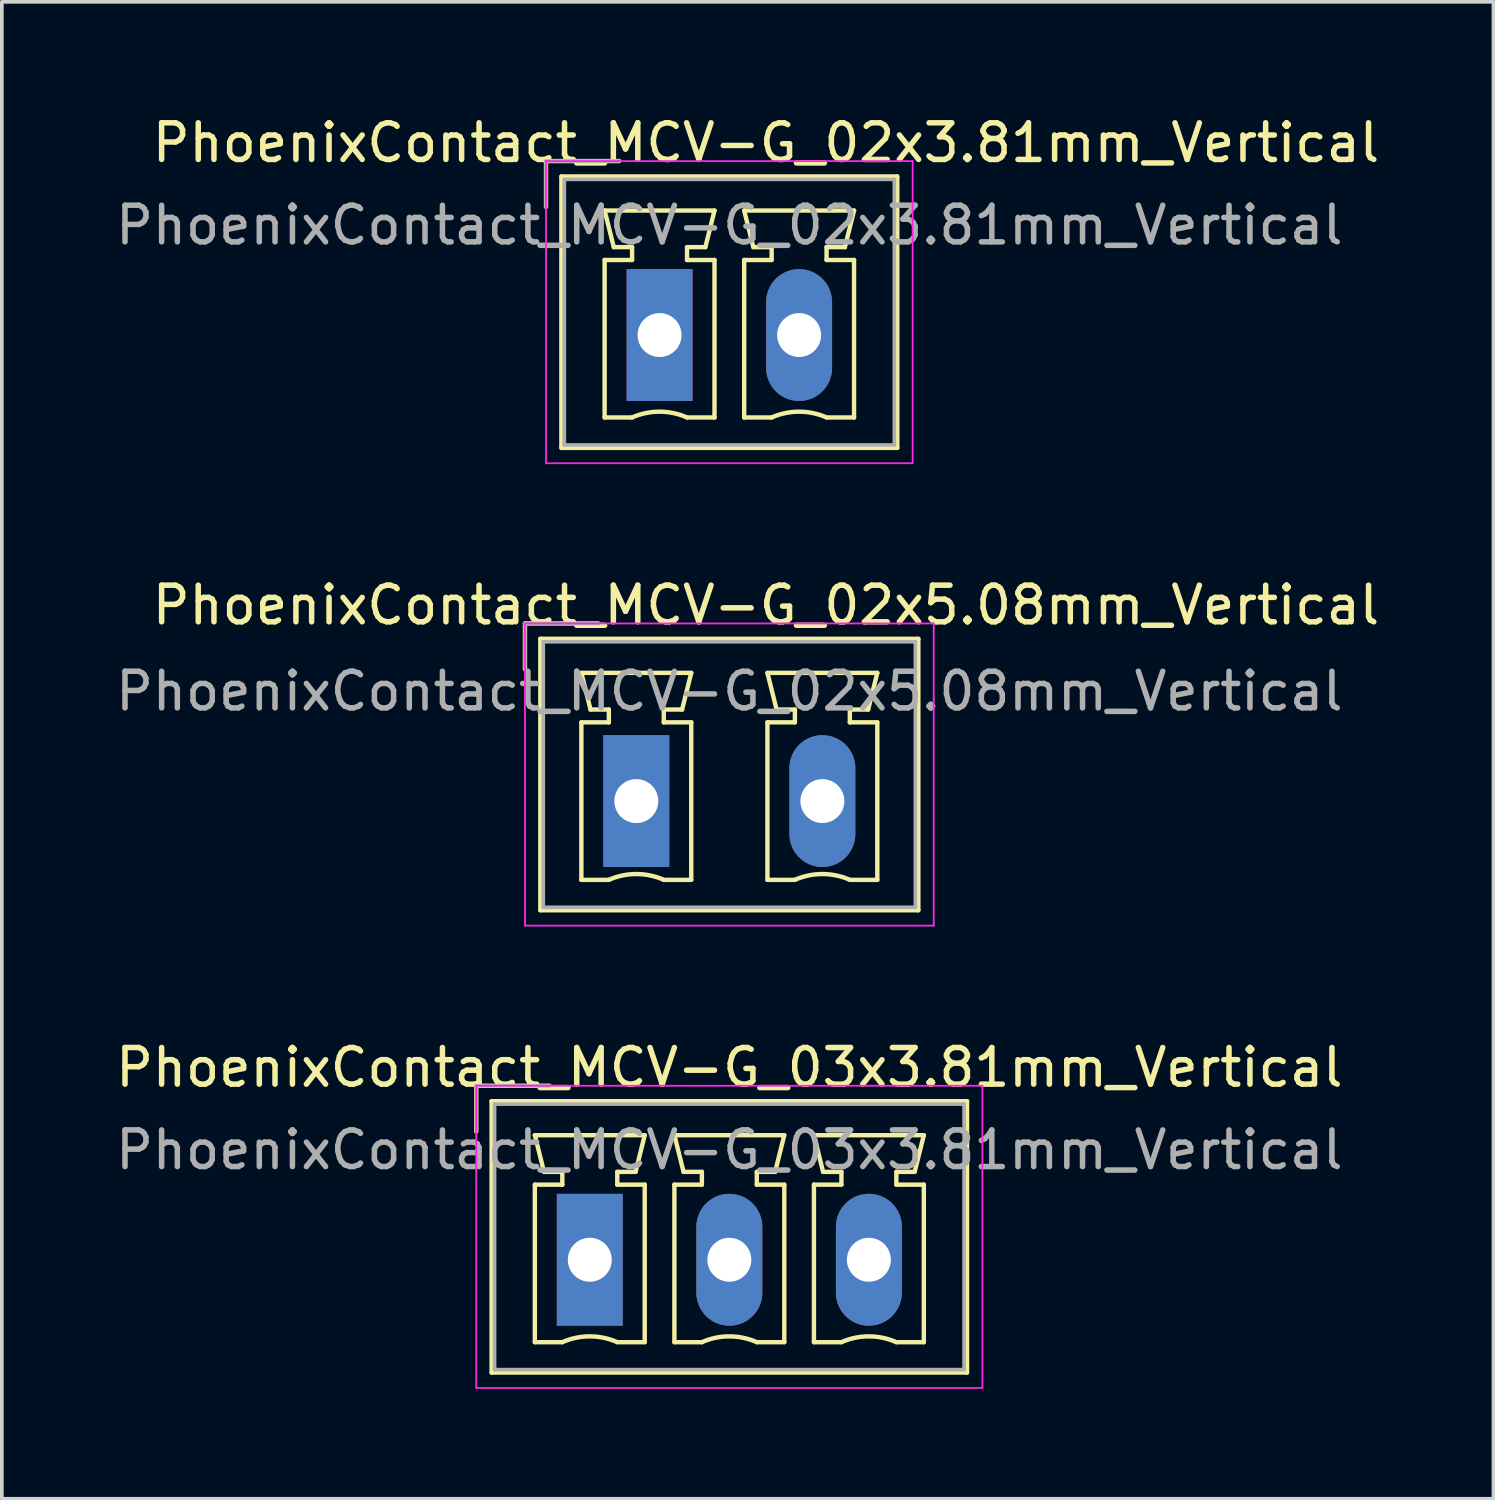
<source format=kicad_pcb>
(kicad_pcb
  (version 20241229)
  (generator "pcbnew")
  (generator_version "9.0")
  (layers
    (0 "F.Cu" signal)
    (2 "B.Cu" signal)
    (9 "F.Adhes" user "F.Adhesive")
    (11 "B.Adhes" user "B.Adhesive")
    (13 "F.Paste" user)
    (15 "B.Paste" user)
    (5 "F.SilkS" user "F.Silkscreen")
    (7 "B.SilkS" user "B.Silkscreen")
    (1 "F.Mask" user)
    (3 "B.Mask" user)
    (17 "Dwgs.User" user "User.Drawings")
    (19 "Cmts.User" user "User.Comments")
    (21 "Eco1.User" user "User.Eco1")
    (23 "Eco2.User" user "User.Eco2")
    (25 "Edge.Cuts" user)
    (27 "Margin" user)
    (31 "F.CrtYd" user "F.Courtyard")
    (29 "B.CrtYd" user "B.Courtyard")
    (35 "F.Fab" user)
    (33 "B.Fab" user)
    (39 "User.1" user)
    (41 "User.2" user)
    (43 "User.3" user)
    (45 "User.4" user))
  (footprint "PhoenixContact_MCV-G_02x5.08mm_Vertical"
    (layer "F.Cu")
    (at 14.323 18.822)
    (property "Reference" "PhoenixContact_MCV-G_02x5.08mm_Vertical" (at 3.54 -5.35 0) (layer "F.SilkS") (effects (font (size 1 1) (thickness 0.15))))
    (attr through_hole)
    (fp_line (start -3.04 -4.85) (end -1.04 -4.85) (stroke (width 0.12) (type solid)) (layer "F.SilkS"))
    (fp_line (start -3.04 -3.6) (end -3.04 -4.85) (stroke (width 0.12) (type solid)) (layer "F.SilkS"))
    (fp_line (start -2.62 -4.43) (end -2.62 2.98) (stroke (width 0.12) (type solid)) (layer "F.SilkS"))
    (fp_line (start -2.62 2.98) (end 7.7 2.98) (stroke (width 0.12) (type solid)) (layer "F.SilkS"))
    (fp_line (start -1.5 -3.5) (end 1.5 -3.5) (stroke (width 0.12) (type solid)) (layer "F.SilkS"))
    (fp_line (start -1.5 -2.15) (end -0.75 -2.15) (stroke (width 0.12) (type solid)) (layer "F.SilkS"))
    (fp_line (start -1.5 2.15) (end -1.5 -2.15) (stroke (width 0.12) (type solid)) (layer "F.SilkS"))
    (fp_line (start -1.25 -2.5) (end -1.5 -3.5) (stroke (width 0.12) (type solid)) (layer "F.SilkS"))
    (fp_line (start -0.75 -2.5) (end -1.25 -2.5) (stroke (width 0.12) (type solid)) (layer "F.SilkS"))
    (fp_line (start -0.75 -2.15) (end -0.75 -2.5) (stroke (width 0.12) (type solid)) (layer "F.SilkS"))
    (fp_line (start -0.75 2.15) (end -1.5 2.15) (stroke (width 0.12) (type solid)) (layer "F.SilkS"))
    (fp_line (start 0.75 -2.5) (end 0.75 -2.15) (stroke (width 0.12) (type solid)) (layer "F.SilkS"))
    (fp_line (start 0.75 -2.15) (end 1.5 -2.15) (stroke (width 0.12) (type solid)) (layer "F.SilkS"))
    (fp_line (start 1.25 -2.5) (end 0.75 -2.5) (stroke (width 0.12) (type solid)) (layer "F.SilkS"))
    (fp_line (start 1.5 -3.5) (end 1.25 -2.5) (stroke (width 0.12) (type solid)) (layer "F.SilkS"))
    (fp_line (start 1.5 -2.15) (end 1.5 2.15) (stroke (width 0.12) (type solid)) (layer "F.SilkS"))
    (fp_line (start 1.5 2.15) (end 0.75 2.15) (stroke (width 0.12) (type solid)) (layer "F.SilkS"))
    (fp_line (start 3.58 -3.5) (end 6.58 -3.5) (stroke (width 0.12) (type solid)) (layer "F.SilkS"))
    (fp_line (start 3.58 -2.15) (end 4.33 -2.15) (stroke (width 0.12) (type solid)) (layer "F.SilkS"))
    (fp_line (start 3.58 2.15) (end 3.58 -2.15) (stroke (width 0.12) (type solid)) (layer "F.SilkS"))
    (fp_line (start 3.83 -2.5) (end 3.58 -3.5) (stroke (width 0.12) (type solid)) (layer "F.SilkS"))
    (fp_line (start 4.33 -2.5) (end 3.83 -2.5) (stroke (width 0.12) (type solid)) (layer "F.SilkS"))
    (fp_line (start 4.33 -2.15) (end 4.33 -2.5) (stroke (width 0.12) (type solid)) (layer "F.SilkS"))
    (fp_line (start 4.33 2.15) (end 3.58 2.15) (stroke (width 0.12) (type solid)) (layer "F.SilkS"))
    (fp_line (start 5.83 -2.5) (end 5.83 -2.15) (stroke (width 0.12) (type solid)) (layer "F.SilkS"))
    (fp_line (start 5.83 -2.15) (end 6.58 -2.15) (stroke (width 0.12) (type solid)) (layer "F.SilkS"))
    (fp_line (start 6.33 -2.5) (end 5.83 -2.5) (stroke (width 0.12) (type solid)) (layer "F.SilkS"))
    (fp_line (start 6.58 -3.5) (end 6.33 -2.5) (stroke (width 0.12) (type solid)) (layer "F.SilkS"))
    (fp_line (start 6.58 -2.15) (end 6.58 2.15) (stroke (width 0.12) (type solid)) (layer "F.SilkS"))
    (fp_line (start 6.58 2.15) (end 5.83 2.15) (stroke (width 0.12) (type solid)) (layer "F.SilkS"))
    (fp_line (start 7.7 -4.43) (end -2.62 -4.43) (stroke (width 0.12) (type solid)) (layer "F.SilkS"))
    (fp_line (start 7.7 2.98) (end 7.7 -4.43) (stroke (width 0.12) (type solid)) (layer "F.SilkS"))
    (fp_arc (start -0.75 2.15) (mid -0.000193 1.99191) (end 0.749647 2.149844) (stroke (width 0.12) (type solid)) (layer "F.SilkS"))
    (fp_arc (start 4.33 2.15) (mid 5.079807 1.99191) (end 5.829647 2.149844) (stroke (width 0.12) (type solid)) (layer "F.SilkS"))
    (fp_line (start -3.04 -4.85) (end -3.04 3.4) (stroke (width 0.05) (type solid)) (layer "F.CrtYd"))
    (fp_line (start -3.04 3.4) (end 8.12 3.4) (stroke (width 0.05) (type solid)) (layer "F.CrtYd"))
    (fp_line (start 8.12 -4.85) (end -3.04 -4.85) (stroke (width 0.05) (type solid)) (layer "F.CrtYd"))
    (fp_line (start 8.12 3.4) (end 8.12 -4.85) (stroke (width 0.05) (type solid)) (layer "F.CrtYd"))
    (fp_line (start -3.04 -4.85) (end -1.04 -4.85) (stroke (width 0.1) (type solid)) (layer "F.Fab"))
    (fp_line (start -3.04 -3.6) (end -3.04 -4.85) (stroke (width 0.1) (type solid)) (layer "F.Fab"))
    (fp_line (start -2.54 -4.35) (end -2.54 2.9) (stroke (width 0.1) (type solid)) (layer "F.Fab"))
    (fp_line (start -2.54 2.9) (end 7.62 2.9) (stroke (width 0.1) (type solid)) (layer "F.Fab"))
    (fp_line (start 7.62 -4.35) (end -2.54 -4.35) (stroke (width 0.1) (type solid)) (layer "F.Fab"))
    (fp_line (start 7.62 2.9) (end 7.62 -4.35) (stroke (width 0.1) (type solid)) (layer "F.Fab"))
    (fp_text user "${REFERENCE}" (at 2.54 -3 0) (layer "F.Fab") (effects (font (size 1 1) (thickness 0.15))))
    (pad "1" thru_hole rect (at 0 0) (size 1.8 3.6) (drill 1.2) (layers "*.Cu" "*.Mask"))
    (pad "2" thru_hole oval (at 5.08 0) (size 1.8 3.6) (drill 1.2) (layers "*.Cu" "*.Mask")))
  (footprint "PhoenixContact_MCV-G_03x3.81mm_Vertical"
    (layer "F.Cu")
    (at 13.053 31.345)
    (property "Reference" "PhoenixContact_MCV-G_03x3.81mm_Vertical" (at 3.81 -5.25 0) (layer "F.SilkS") (effects (font (size 1 1) (thickness 0.15))))
    (attr through_hole)
    (fp_line (start -3.1 -4.75) (end -1.1 -4.75) (stroke (width 0.12) (type solid)) (layer "F.SilkS"))
    (fp_line (start -3.1 -3.5) (end -3.1 -4.75) (stroke (width 0.12) (type solid)) (layer "F.SilkS"))
    (fp_line (start -2.68 -4.33) (end -2.68 3.08) (stroke (width 0.12) (type solid)) (layer "F.SilkS"))
    (fp_line (start -2.68 3.08) (end 10.3 3.08) (stroke (width 0.12) (type solid)) (layer "F.SilkS"))
    (fp_line (start -1.5 -3.4) (end 1.5 -3.4) (stroke (width 0.12) (type solid)) (layer "F.SilkS"))
    (fp_line (start -1.5 -2.05) (end -0.75 -2.05) (stroke (width 0.12) (type solid)) (layer "F.SilkS"))
    (fp_line (start -1.5 2.25) (end -1.5 -2.05) (stroke (width 0.12) (type solid)) (layer "F.SilkS"))
    (fp_line (start -1.25 -2.4) (end -1.5 -3.4) (stroke (width 0.12) (type solid)) (layer "F.SilkS"))
    (fp_line (start -0.75 -2.4) (end -1.25 -2.4) (stroke (width 0.12) (type solid)) (layer "F.SilkS"))
    (fp_line (start -0.75 -2.05) (end -0.75 -2.4) (stroke (width 0.12) (type solid)) (layer "F.SilkS"))
    (fp_line (start -0.75 2.25) (end -1.5 2.25) (stroke (width 0.12) (type solid)) (layer "F.SilkS"))
    (fp_line (start 0.75 -2.4) (end 0.75 -2.05) (stroke (width 0.12) (type solid)) (layer "F.SilkS"))
    (fp_line (start 0.75 -2.05) (end 1.5 -2.05) (stroke (width 0.12) (type solid)) (layer "F.SilkS"))
    (fp_line (start 1.25 -2.4) (end 0.75 -2.4) (stroke (width 0.12) (type solid)) (layer "F.SilkS"))
    (fp_line (start 1.5 -3.4) (end 1.25 -2.4) (stroke (width 0.12) (type solid)) (layer "F.SilkS"))
    (fp_line (start 1.5 -2.05) (end 1.5 2.25) (stroke (width 0.12) (type solid)) (layer "F.SilkS"))
    (fp_line (start 1.5 2.25) (end 0.75 2.25) (stroke (width 0.12) (type solid)) (layer "F.SilkS"))
    (fp_line (start 2.31 -3.4) (end 5.31 -3.4) (stroke (width 0.12) (type solid)) (layer "F.SilkS"))
    (fp_line (start 2.31 -2.05) (end 3.06 -2.05) (stroke (width 0.12) (type solid)) (layer "F.SilkS"))
    (fp_line (start 2.31 2.25) (end 2.31 -2.05) (stroke (width 0.12) (type solid)) (layer "F.SilkS"))
    (fp_line (start 2.56 -2.4) (end 2.31 -3.4) (stroke (width 0.12) (type solid)) (layer "F.SilkS"))
    (fp_line (start 3.06 -2.4) (end 2.56 -2.4) (stroke (width 0.12) (type solid)) (layer "F.SilkS"))
    (fp_line (start 3.06 -2.05) (end 3.06 -2.4) (stroke (width 0.12) (type solid)) (layer "F.SilkS"))
    (fp_line (start 3.06 2.25) (end 2.31 2.25) (stroke (width 0.12) (type solid)) (layer "F.SilkS"))
    (fp_line (start 4.56 -2.4) (end 4.56 -2.05) (stroke (width 0.12) (type solid)) (layer "F.SilkS"))
    (fp_line (start 4.56 -2.05) (end 5.31 -2.05) (stroke (width 0.12) (type solid)) (layer "F.SilkS"))
    (fp_line (start 5.06 -2.4) (end 4.56 -2.4) (stroke (width 0.12) (type solid)) (layer "F.SilkS"))
    (fp_line (start 5.31 -3.4) (end 5.06 -2.4) (stroke (width 0.12) (type solid)) (layer "F.SilkS"))
    (fp_line (start 5.31 -2.05) (end 5.31 2.25) (stroke (width 0.12) (type solid)) (layer "F.SilkS"))
    (fp_line (start 5.31 2.25) (end 4.56 2.25) (stroke (width 0.12) (type solid)) (layer "F.SilkS"))
    (fp_line (start 6.12 -3.4) (end 9.12 -3.4) (stroke (width 0.12) (type solid)) (layer "F.SilkS"))
    (fp_line (start 6.12 -2.05) (end 6.87 -2.05) (stroke (width 0.12) (type solid)) (layer "F.SilkS"))
    (fp_line (start 6.12 2.25) (end 6.12 -2.05) (stroke (width 0.12) (type solid)) (layer "F.SilkS"))
    (fp_line (start 6.37 -2.4) (end 6.12 -3.4) (stroke (width 0.12) (type solid)) (layer "F.SilkS"))
    (fp_line (start 6.87 -2.4) (end 6.37 -2.4) (stroke (width 0.12) (type solid)) (layer "F.SilkS"))
    (fp_line (start 6.87 -2.05) (end 6.87 -2.4) (stroke (width 0.12) (type solid)) (layer "F.SilkS"))
    (fp_line (start 6.87 2.25) (end 6.12 2.25) (stroke (width 0.12) (type solid)) (layer "F.SilkS"))
    (fp_line (start 8.37 -2.4) (end 8.37 -2.05) (stroke (width 0.12) (type solid)) (layer "F.SilkS"))
    (fp_line (start 8.37 -2.05) (end 9.12 -2.05) (stroke (width 0.12) (type solid)) (layer "F.SilkS"))
    (fp_line (start 8.87 -2.4) (end 8.37 -2.4) (stroke (width 0.12) (type solid)) (layer "F.SilkS"))
    (fp_line (start 9.12 -3.4) (end 8.87 -2.4) (stroke (width 0.12) (type solid)) (layer "F.SilkS"))
    (fp_line (start 9.12 -2.05) (end 9.12 2.25) (stroke (width 0.12) (type solid)) (layer "F.SilkS"))
    (fp_line (start 9.12 2.25) (end 8.37 2.25) (stroke (width 0.12) (type solid)) (layer "F.SilkS"))
    (fp_line (start 10.3 -4.33) (end -2.68 -4.33) (stroke (width 0.12) (type solid)) (layer "F.SilkS"))
    (fp_line (start 10.3 3.08) (end 10.3 -4.33) (stroke (width 0.12) (type solid)) (layer "F.SilkS"))
    (fp_arc (start -0.75 2.25) (mid -0.000193 2.09191) (end 0.749647 2.249844) (stroke (width 0.12) (type solid)) (layer "F.SilkS"))
    (fp_arc (start 3.06 2.25) (mid 3.809807 2.09191) (end 4.559647 2.249844) (stroke (width 0.12) (type solid)) (layer "F.SilkS"))
    (fp_arc (start 6.87 2.25) (mid 7.619807 2.09191) (end 8.369647 2.249844) (stroke (width 0.12) (type solid)) (layer "F.SilkS"))
    (fp_line (start -3.1 -4.75) (end -3.1 3.5) (stroke (width 0.05) (type solid)) (layer "F.CrtYd"))
    (fp_line (start -3.1 3.5) (end 10.72 3.5) (stroke (width 0.05) (type solid)) (layer "F.CrtYd"))
    (fp_line (start 10.72 -4.75) (end -3.1 -4.75) (stroke (width 0.05) (type solid)) (layer "F.CrtYd"))
    (fp_line (start 10.72 3.5) (end 10.72 -4.75) (stroke (width 0.05) (type solid)) (layer "F.CrtYd"))
    (fp_line (start -3.1 -4.75) (end -1.1 -4.75) (stroke (width 0.1) (type solid)) (layer "F.Fab"))
    (fp_line (start -3.1 -3.5) (end -3.1 -4.75) (stroke (width 0.1) (type solid)) (layer "F.Fab"))
    (fp_line (start -2.6 -4.25) (end -2.6 3) (stroke (width 0.1) (type solid)) (layer "F.Fab"))
    (fp_line (start -2.6 3) (end 10.22 3) (stroke (width 0.1) (type solid)) (layer "F.Fab"))
    (fp_line (start 10.22 -4.25) (end -2.6 -4.25) (stroke (width 0.1) (type solid)) (layer "F.Fab"))
    (fp_line (start 10.22 3) (end 10.22 -4.25) (stroke (width 0.1) (type solid)) (layer "F.Fab"))
    (fp_text user "${REFERENCE}" (at 3.81 -3 0) (layer "F.Fab") (effects (font (size 1 1) (thickness 0.15))))
    (pad "1" thru_hole rect (at 0 0) (size 1.8 3.6) (drill 1.2) (layers "*.Cu" "*.Mask"))
    (pad "2" thru_hole oval (at 3.81 0) (size 1.8 3.6) (drill 1.2) (layers "*.Cu" "*.Mask"))
    (pad "3" thru_hole oval (at 7.62 0) (size 1.8 3.6) (drill 1.2) (layers "*.Cu" "*.Mask")))
  (footprint "PhoenixContact_MCV-G_02x3.81mm_Vertical"
    (layer "F.Cu")
    (at 14.958 6.098)
    (property "Reference" "PhoenixContact_MCV-G_02x3.81mm_Vertical" (at 2.905 -5.25 0) (layer "F.SilkS") (effects (font (size 1 1) (thickness 0.15))))
    (attr through_hole)
    (fp_line (start -3.1 -4.75) (end -1.1 -4.75) (stroke (width 0.12) (type solid)) (layer "F.SilkS"))
    (fp_line (start -3.1 -3.5) (end -3.1 -4.75) (stroke (width 0.12) (type solid)) (layer "F.SilkS"))
    (fp_line (start -2.68 -4.33) (end -2.68 3.08) (stroke (width 0.12) (type solid)) (layer "F.SilkS"))
    (fp_line (start -2.68 3.08) (end 6.49 3.08) (stroke (width 0.12) (type solid)) (layer "F.SilkS"))
    (fp_line (start -1.5 -3.4) (end 1.5 -3.4) (stroke (width 0.12) (type solid)) (layer "F.SilkS"))
    (fp_line (start -1.5 -2.05) (end -0.75 -2.05) (stroke (width 0.12) (type solid)) (layer "F.SilkS"))
    (fp_line (start -1.5 2.25) (end -1.5 -2.05) (stroke (width 0.12) (type solid)) (layer "F.SilkS"))
    (fp_line (start -1.25 -2.4) (end -1.5 -3.4) (stroke (width 0.12) (type solid)) (layer "F.SilkS"))
    (fp_line (start -0.75 -2.4) (end -1.25 -2.4) (stroke (width 0.12) (type solid)) (layer "F.SilkS"))
    (fp_line (start -0.75 -2.05) (end -0.75 -2.4) (stroke (width 0.12) (type solid)) (layer "F.SilkS"))
    (fp_line (start -0.75 2.25) (end -1.5 2.25) (stroke (width 0.12) (type solid)) (layer "F.SilkS"))
    (fp_line (start 0.75 -2.4) (end 0.75 -2.05) (stroke (width 0.12) (type solid)) (layer "F.SilkS"))
    (fp_line (start 0.75 -2.05) (end 1.5 -2.05) (stroke (width 0.12) (type solid)) (layer "F.SilkS"))
    (fp_line (start 1.25 -2.4) (end 0.75 -2.4) (stroke (width 0.12) (type solid)) (layer "F.SilkS"))
    (fp_line (start 1.5 -3.4) (end 1.25 -2.4) (stroke (width 0.12) (type solid)) (layer "F.SilkS"))
    (fp_line (start 1.5 -2.05) (end 1.5 2.25) (stroke (width 0.12) (type solid)) (layer "F.SilkS"))
    (fp_line (start 1.5 2.25) (end 0.75 2.25) (stroke (width 0.12) (type solid)) (layer "F.SilkS"))
    (fp_line (start 2.31 -3.4) (end 5.31 -3.4) (stroke (width 0.12) (type solid)) (layer "F.SilkS"))
    (fp_line (start 2.31 -2.05) (end 3.06 -2.05) (stroke (width 0.12) (type solid)) (layer "F.SilkS"))
    (fp_line (start 2.31 2.25) (end 2.31 -2.05) (stroke (width 0.12) (type solid)) (layer "F.SilkS"))
    (fp_line (start 2.56 -2.4) (end 2.31 -3.4) (stroke (width 0.12) (type solid)) (layer "F.SilkS"))
    (fp_line (start 3.06 -2.4) (end 2.56 -2.4) (stroke (width 0.12) (type solid)) (layer "F.SilkS"))
    (fp_line (start 3.06 -2.05) (end 3.06 -2.4) (stroke (width 0.12) (type solid)) (layer "F.SilkS"))
    (fp_line (start 3.06 2.25) (end 2.31 2.25) (stroke (width 0.12) (type solid)) (layer "F.SilkS"))
    (fp_line (start 4.56 -2.4) (end 4.56 -2.05) (stroke (width 0.12) (type solid)) (layer "F.SilkS"))
    (fp_line (start 4.56 -2.05) (end 5.31 -2.05) (stroke (width 0.12) (type solid)) (layer "F.SilkS"))
    (fp_line (start 5.06 -2.4) (end 4.56 -2.4) (stroke (width 0.12) (type solid)) (layer "F.SilkS"))
    (fp_line (start 5.31 -3.4) (end 5.06 -2.4) (stroke (width 0.12) (type solid)) (layer "F.SilkS"))
    (fp_line (start 5.31 -2.05) (end 5.31 2.25) (stroke (width 0.12) (type solid)) (layer "F.SilkS"))
    (fp_line (start 5.31 2.25) (end 4.56 2.25) (stroke (width 0.12) (type solid)) (layer "F.SilkS"))
    (fp_line (start 6.49 -4.33) (end -2.68 -4.33) (stroke (width 0.12) (type solid)) (layer "F.SilkS"))
    (fp_line (start 6.49 3.08) (end 6.49 -4.33) (stroke (width 0.12) (type solid)) (layer "F.SilkS"))
    (fp_arc (start -0.75 2.25) (mid -0.000193 2.09191) (end 0.749647 2.249844) (stroke (width 0.12) (type solid)) (layer "F.SilkS"))
    (fp_arc (start 3.06 2.25) (mid 3.809807 2.09191) (end 4.559647 2.249844) (stroke (width 0.12) (type solid)) (layer "F.SilkS"))
    (fp_line (start -3.1 -4.75) (end -3.1 3.5) (stroke (width 0.05) (type solid)) (layer "F.CrtYd"))
    (fp_line (start -3.1 3.5) (end 6.91 3.5) (stroke (width 0.05) (type solid)) (layer "F.CrtYd"))
    (fp_line (start 6.91 -4.75) (end -3.1 -4.75) (stroke (width 0.05) (type solid)) (layer "F.CrtYd"))
    (fp_line (start 6.91 3.5) (end 6.91 -4.75) (stroke (width 0.05) (type solid)) (layer "F.CrtYd"))
    (fp_line (start -3.1 -4.75) (end -1.1 -4.75) (stroke (width 0.1) (type solid)) (layer "F.Fab"))
    (fp_line (start -3.1 -3.5) (end -3.1 -4.75) (stroke (width 0.1) (type solid)) (layer "F.Fab"))
    (fp_line (start -2.6 -4.25) (end -2.6 3) (stroke (width 0.1) (type solid)) (layer "F.Fab"))
    (fp_line (start -2.6 3) (end 6.41 3) (stroke (width 0.1) (type solid)) (layer "F.Fab"))
    (fp_line (start 6.41 -4.25) (end -2.6 -4.25) (stroke (width 0.1) (type solid)) (layer "F.Fab"))
    (fp_line (start 6.41 3) (end 6.41 -4.25) (stroke (width 0.1) (type solid)) (layer "F.Fab"))
    (fp_text user "${REFERENCE}" (at 1.905 -3 0) (layer "F.Fab") (effects (font (size 1 1) (thickness 0.15))))
    (pad "1" thru_hole rect (at 0 0) (size 1.8 3.6) (drill 1.2) (layers "*.Cu" "*.Mask"))
    (pad "2" thru_hole oval (at 3.81 0) (size 1.8 3.6) (drill 1.2) (layers "*.Cu" "*.Mask")))
  (gr_rect
    (start -3 -3)
    (end 37.726 37.87)
    (stroke (width 0.1) (type default))
    (fill no)
    (layer "Edge.Cuts")))
</source>
